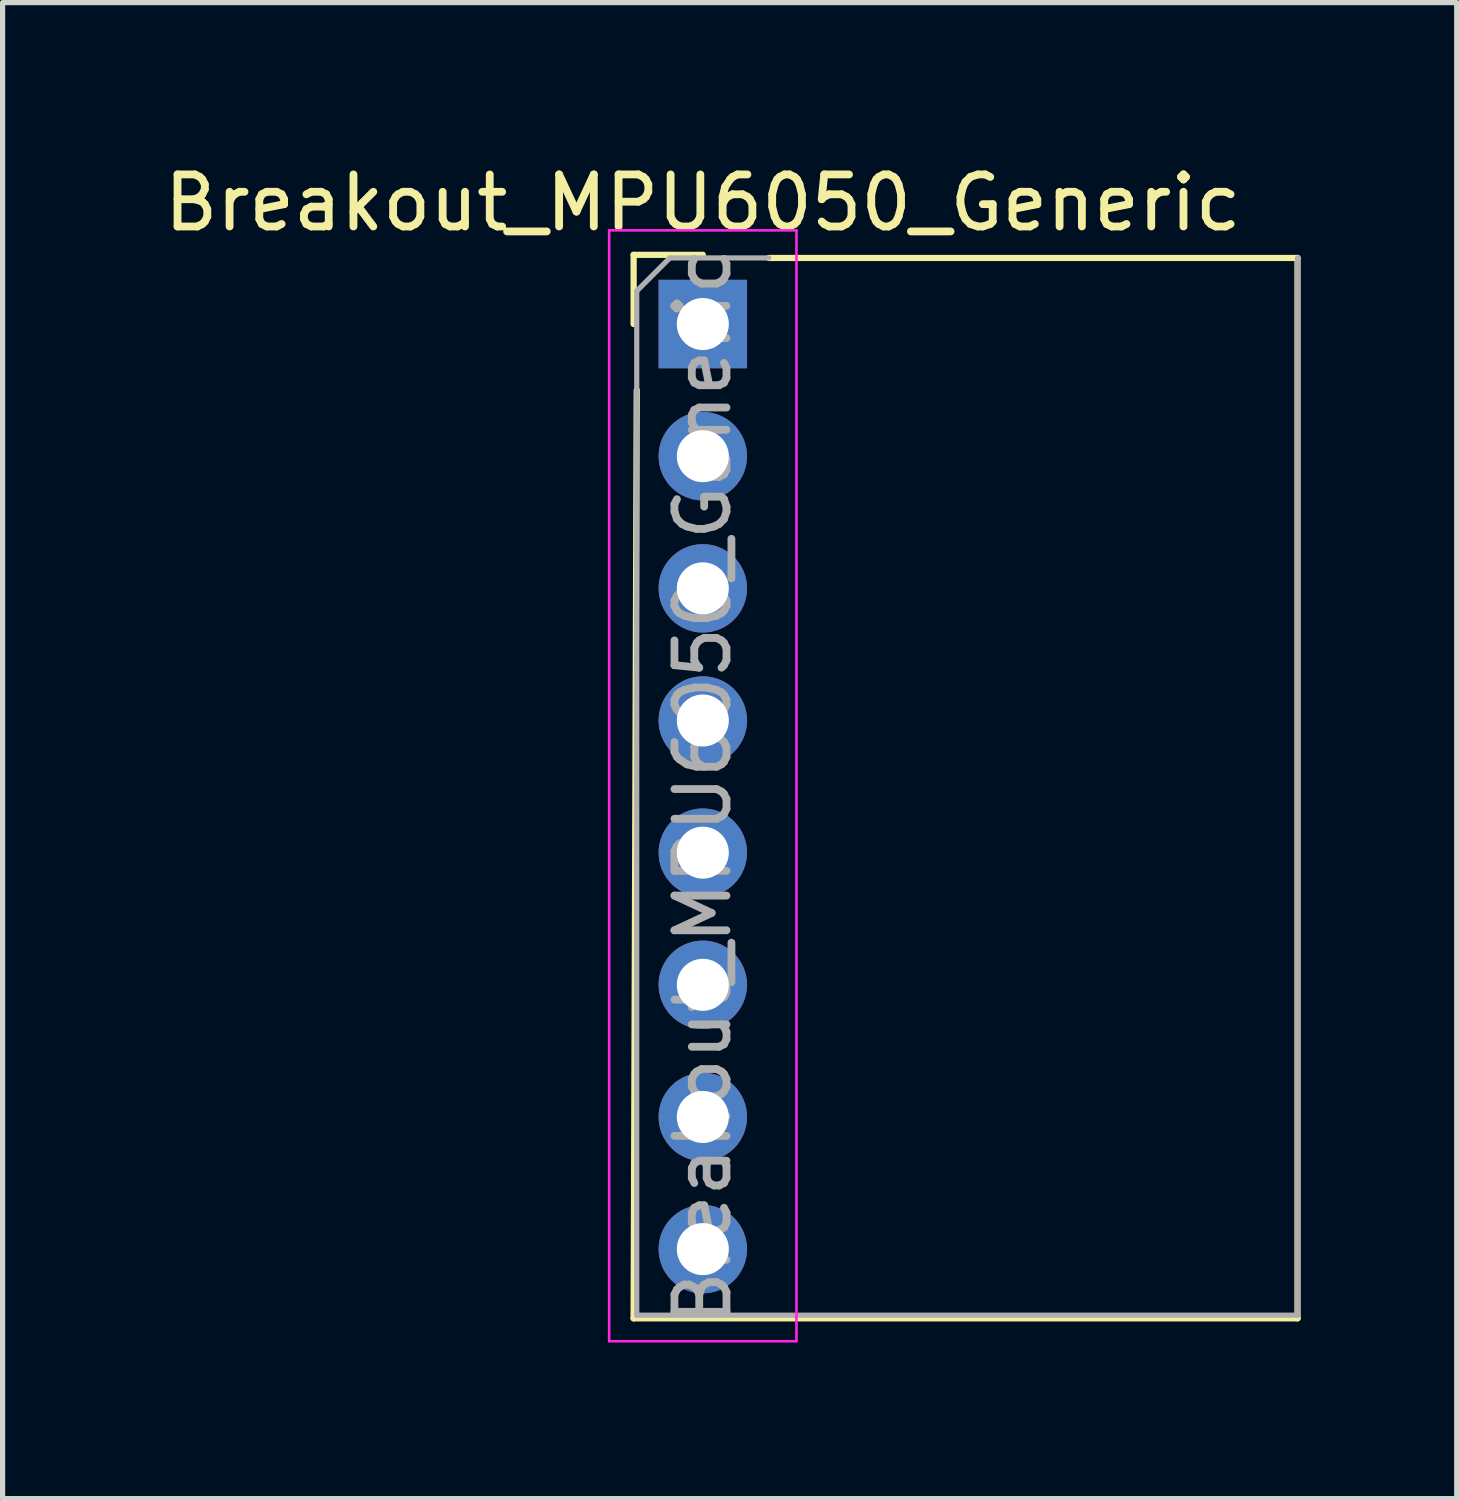
<source format=kicad_pcb>
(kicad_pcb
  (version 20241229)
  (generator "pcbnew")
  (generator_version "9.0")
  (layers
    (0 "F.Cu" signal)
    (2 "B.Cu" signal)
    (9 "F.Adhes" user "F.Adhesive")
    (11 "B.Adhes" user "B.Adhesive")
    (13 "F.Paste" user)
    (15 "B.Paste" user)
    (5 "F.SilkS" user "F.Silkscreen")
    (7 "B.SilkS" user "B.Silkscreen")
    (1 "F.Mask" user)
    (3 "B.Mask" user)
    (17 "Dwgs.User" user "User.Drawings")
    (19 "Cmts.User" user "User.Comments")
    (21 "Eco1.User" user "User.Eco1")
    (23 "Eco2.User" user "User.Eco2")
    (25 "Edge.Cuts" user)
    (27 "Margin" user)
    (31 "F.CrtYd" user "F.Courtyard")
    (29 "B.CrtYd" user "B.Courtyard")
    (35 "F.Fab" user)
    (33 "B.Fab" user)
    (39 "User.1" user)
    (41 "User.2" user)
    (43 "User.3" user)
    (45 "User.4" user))
  (footprint "Breakout_MPU6050_Generic"
    (layer "F.Cu")
    (at 10.458 3.178)
    (property "Reference" "Breakout_MPU6050_Generic" (at 0 -2.33 0) (layer "F.SilkS") (effects (font (size 1 1) (thickness 0.15))))
    (attr through_hole)
    (fp_line (start -1.33 -1.33) (end 0 -1.33) (stroke (width 0.12) (type solid)) (layer "F.SilkS"))
    (fp_line (start -1.33 0) (end -1.33 -1.33) (stroke (width 0.12) (type solid)) (layer "F.SilkS"))
    (fp_line (start -1.33 19.11) (end 11.43 19.11) (stroke (width 0.12) (type solid)) (layer "F.SilkS"))
    (fp_line (start -1.27 1.27) (end -1.33 19.11) (stroke (width 0.12) (type solid)) (layer "F.SilkS"))
    (fp_line (start 1.27 -1.27) (end 11.43 -1.27) (stroke (width 0.12) (type solid)) (layer "F.SilkS"))
    (fp_line (start 11.43 -1.27) (end 11.43 19.11) (stroke (width 0.12) (type solid)) (layer "F.SilkS"))
    (fp_line (start -1.8 -1.8) (end -1.8 19.55) (stroke (width 0.05) (type solid)) (layer "F.CrtYd"))
    (fp_line (start -1.8 19.55) (end 1.8 19.55) (stroke (width 0.05) (type solid)) (layer "F.CrtYd"))
    (fp_line (start 1.8 -1.8) (end -1.8 -1.8) (stroke (width 0.05) (type solid)) (layer "F.CrtYd"))
    (fp_line (start 1.8 19.55) (end 1.8 -1.8) (stroke (width 0.05) (type solid)) (layer "F.CrtYd"))
    (fp_line (start -1.27 -0.635) (end -0.635 -1.27) (stroke (width 0.1) (type solid)) (layer "F.Fab"))
    (fp_line (start -1.27 19.05) (end -1.27 -0.635) (stroke (width 0.1) (type solid)) (layer "F.Fab"))
    (fp_line (start -0.635 -1.27) (end 1.27 -1.27) (stroke (width 0.1) (type solid)) (layer "F.Fab"))
    (fp_line (start 11.43 -1.27) (end 11.43 19.05) (stroke (width 0.1) (type solid)) (layer "F.Fab"))
    (fp_line (start 11.43 19.05) (end -1.27 19.05) (stroke (width 0.1) (type solid)) (layer "F.Fab"))
    (fp_text user "${REFERENCE}" (at 0 8.89 90) (layer "F.Fab") (effects (font (size 1 1) (thickness 0.15))))
    (pad "1" thru_hole rect (at 0 0) (size 1.7 1.7) (drill 1) (layers "*.Cu" "*.Mask"))
    (pad "2" thru_hole oval (at 0 2.54) (size 1.7 1.7) (drill 1) (layers "*.Cu" "*.Mask"))
    (pad "3" thru_hole oval (at 0 5.08) (size 1.7 1.7) (drill 1) (layers "*.Cu" "*.Mask"))
    (pad "4" thru_hole oval (at 0 7.62) (size 1.7 1.7) (drill 1) (layers "*.Cu" "*.Mask"))
    (pad "5" thru_hole oval (at 0 10.16) (size 1.7 1.7) (drill 1) (layers "*.Cu" "*.Mask"))
    (pad "6" thru_hole oval (at 0 12.7) (size 1.7 1.7) (drill 1) (layers "*.Cu" "*.Mask"))
    (pad "7" thru_hole oval (at 0 15.24) (size 1.7 1.7) (drill 1) (layers "*.Cu" "*.Mask"))
    (pad "8" thru_hole oval (at 0 17.78) (size 1.7 1.7) (drill 1) (layers "*.Cu" "*.Mask")))
  (gr_rect
    (start -3 -3)
    (end 24.948 25.753)
    (stroke (width 0.1) (type default))
    (fill no)
    (layer "Edge.Cuts")))
</source>
